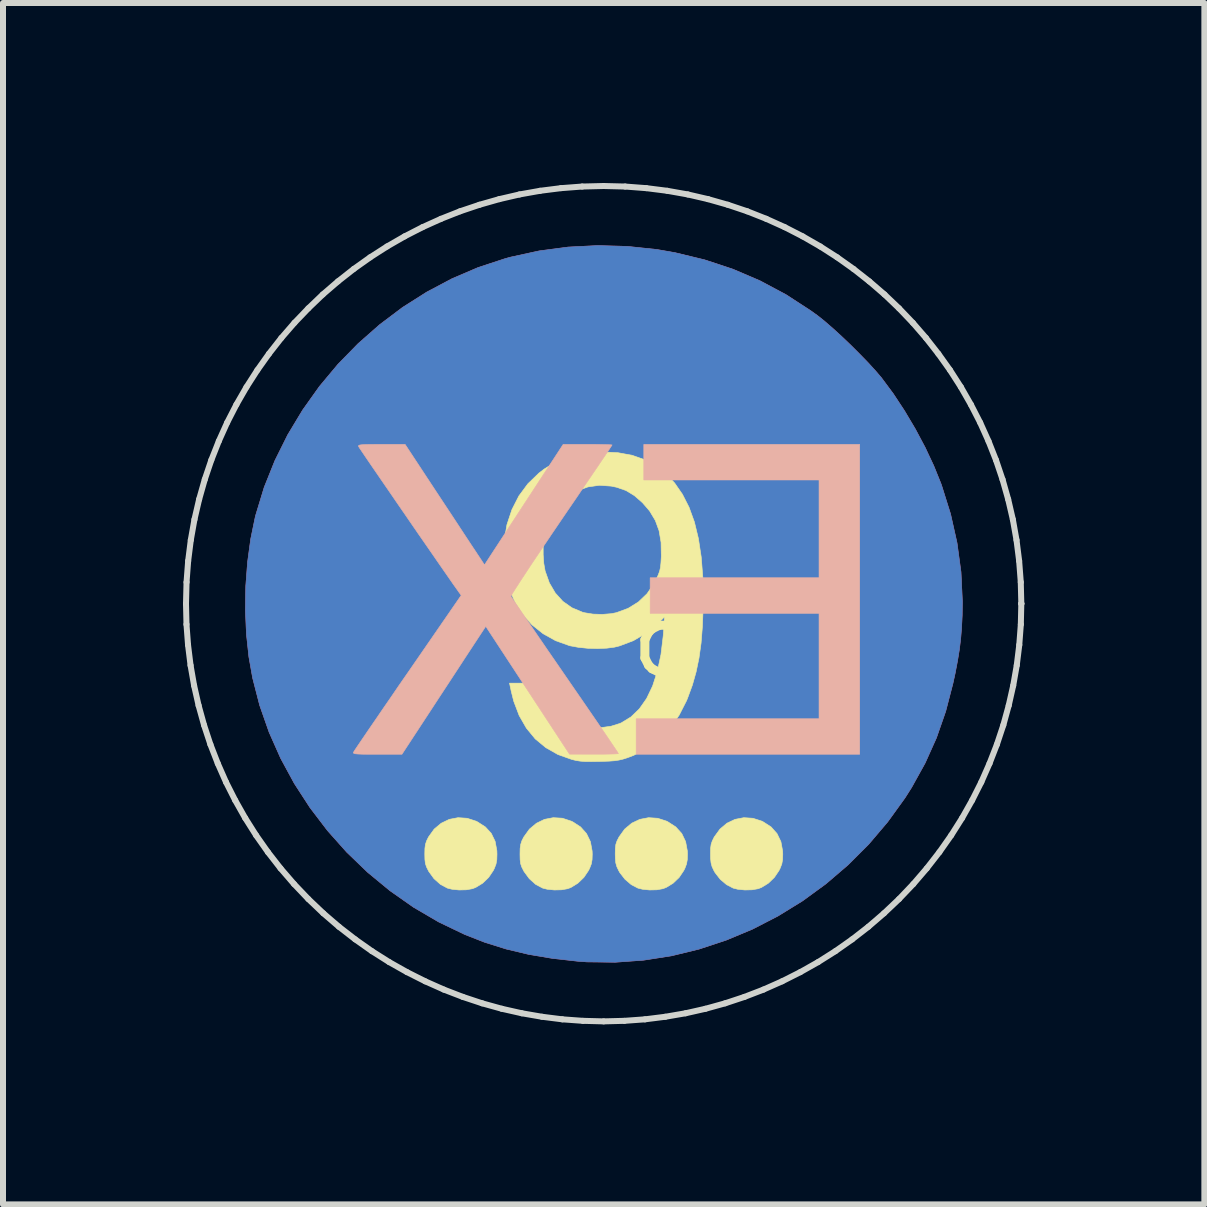
<source format=kicad_pcb>
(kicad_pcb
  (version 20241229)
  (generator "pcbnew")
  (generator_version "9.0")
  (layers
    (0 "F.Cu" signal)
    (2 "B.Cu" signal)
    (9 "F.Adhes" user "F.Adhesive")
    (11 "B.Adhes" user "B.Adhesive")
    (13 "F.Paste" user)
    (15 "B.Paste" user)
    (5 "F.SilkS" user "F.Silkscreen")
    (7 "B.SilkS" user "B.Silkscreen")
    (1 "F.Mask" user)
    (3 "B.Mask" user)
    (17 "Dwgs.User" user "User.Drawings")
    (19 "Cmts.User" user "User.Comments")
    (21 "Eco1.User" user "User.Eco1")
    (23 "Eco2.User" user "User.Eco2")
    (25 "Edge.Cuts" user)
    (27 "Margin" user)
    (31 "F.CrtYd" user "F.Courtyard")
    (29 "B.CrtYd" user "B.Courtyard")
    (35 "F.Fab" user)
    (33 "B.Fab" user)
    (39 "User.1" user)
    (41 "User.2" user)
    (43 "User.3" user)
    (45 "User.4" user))
  (footprint "9"
    (layer "F.Cu")
    (at 8.061 8.061)
    (property "Reference" "9" (at 0 0 0) (layer "F.SilkS") (effects (font (size 1.27 1.27) (thickness 0.15))))
    (attr through_hole)
    (fp_poly (pts (xy -0.654 -7.004) (xy -0.162 -6.952) (xy 0.141 -6.899) (xy 0.632 -6.78) (xy 1.104 -6.624) (xy 1.555 -6.431) (xy 1.988 -6.2) (xy 2.402 -5.931) (xy 2.517 -5.848) (xy 2.632 -5.756) (xy 2.767 -5.639) (xy 2.914 -5.505) (xy 3.067 -5.359) (xy 3.217 -5.209) (xy 3.358 -5.064) (xy 3.482 -4.928) (xy 3.582 -4.811) (xy 3.586 -4.805) (xy 3.776 -4.549) (xy 3.963 -4.265) (xy 4.143 -3.962) (xy 4.308 -3.652) (xy 4.452 -3.345) (xy 4.57 -3.053) (xy 4.58 -3.026) (xy 4.731 -2.544) (xy 4.839 -2.062) (xy 4.905 -1.577) (xy 4.928 -1.09) (xy 4.925 -0.857) (xy 4.915 -0.654) (xy 4.9 -0.468) (xy 4.878 -0.286) (xy 4.847 -0.096) (xy 4.807 0.113) (xy 4.771 0.278) (xy 4.65 0.744) (xy 4.496 1.186) (xy 4.307 1.607) (xy 4.082 2.013) (xy 3.971 2.188) (xy 3.683 2.587) (xy 3.366 2.96) (xy 3.022 3.304) (xy 2.654 3.619) (xy 2.265 3.903) (xy 1.856 4.155) (xy 1.431 4.374) (xy 0.991 4.558) (xy 0.54 4.707) (xy 0.08 4.819) (xy -0.387 4.892) (xy -0.858 4.926) (xy -1.331 4.92) (xy -1.482 4.909) (xy -1.908 4.861) (xy -2.303 4.794) (xy -2.676 4.705) (xy -3.033 4.593) (xy -3.365 4.463) (xy -3.8 4.254) (xy -4.217 4.01) (xy -4.612 3.733) (xy -4.984 3.426) (xy -5.331 3.092) (xy -5.651 2.733) (xy -5.943 2.35) (xy -6.204 1.948) (xy -6.432 1.528) (xy -6.625 1.093) (xy -6.782 0.645) (xy -6.9 0.187) (xy -6.962 -0.162) (xy -7.003 -0.543) (xy -7.02 -0.94) (xy -7.014 -1.343) (xy -6.984 -1.742) (xy -6.932 -2.126) (xy -6.858 -2.485) (xy -6.847 -2.529) (xy -6.707 -2.989) (xy -6.528 -3.435) (xy -6.314 -3.865) (xy -6.066 -4.277) (xy -5.787 -4.669) (xy -5.479 -5.038) (xy -5.143 -5.382) (xy -4.783 -5.699) (xy -4.401 -5.987) (xy -3.997 -6.243) (xy -3.576 -6.466) (xy -3.139 -6.653) (xy -2.688 -6.801) (xy -2.596 -6.826) (xy -2.124 -6.929) (xy -1.64 -6.993) (xy -1.148 -7.018) (xy -0.654 -7.004)) (stroke (width 0.01) (type solid)) (fill yes) (layer "F.Cu"))
    (fp_poly (pts (xy -0.654 -7.004) (xy -0.162 -6.952) (xy 0.141 -6.899) (xy 0.632 -6.78) (xy 1.104 -6.624) (xy 1.555 -6.431) (xy 1.988 -6.2) (xy 2.402 -5.931) (xy 2.517 -5.848) (xy 2.632 -5.756) (xy 2.767 -5.639) (xy 2.914 -5.505) (xy 3.067 -5.359) (xy 3.217 -5.209) (xy 3.358 -5.064) (xy 3.482 -4.928) (xy 3.582 -4.811) (xy 3.586 -4.805) (xy 3.776 -4.549) (xy 3.963 -4.265) (xy 4.143 -3.962) (xy 4.308 -3.652) (xy 4.452 -3.345) (xy 4.57 -3.053) (xy 4.58 -3.026) (xy 4.731 -2.544) (xy 4.839 -2.062) (xy 4.905 -1.577) (xy 4.928 -1.09) (xy 4.925 -0.857) (xy 4.915 -0.654) (xy 4.9 -0.468) (xy 4.878 -0.286) (xy 4.847 -0.096) (xy 4.807 0.113) (xy 4.771 0.278) (xy 4.65 0.744) (xy 4.496 1.186) (xy 4.307 1.607) (xy 4.082 2.013) (xy 3.971 2.188) (xy 3.683 2.587) (xy 3.366 2.96) (xy 3.022 3.304) (xy 2.654 3.619) (xy 2.265 3.903) (xy 1.856 4.155) (xy 1.431 4.374) (xy 0.991 4.558) (xy 0.54 4.707) (xy 0.08 4.819) (xy -0.387 4.892) (xy -0.858 4.926) (xy -1.331 4.92) (xy -1.482 4.909) (xy -1.908 4.861) (xy -2.303 4.794) (xy -2.676 4.705) (xy -3.033 4.593) (xy -3.365 4.463) (xy -3.8 4.254) (xy -4.217 4.01) (xy -4.612 3.733) (xy -4.984 3.426) (xy -5.331 3.092) (xy -5.651 2.733) (xy -5.943 2.35) (xy -6.204 1.948) (xy -6.432 1.528) (xy -6.625 1.093) (xy -6.782 0.645) (xy -6.9 0.187) (xy -6.962 -0.162) (xy -7.003 -0.543) (xy -7.02 -0.94) (xy -7.014 -1.343) (xy -6.984 -1.742) (xy -6.932 -2.126) (xy -6.858 -2.485) (xy -6.847 -2.529) (xy -6.707 -2.989) (xy -6.528 -3.435) (xy -6.314 -3.865) (xy -6.066 -4.277) (xy -5.787 -4.669) (xy -5.479 -5.038) (xy -5.143 -5.382) (xy -4.783 -5.699) (xy -4.401 -5.987) (xy -3.997 -6.243) (xy -3.576 -6.466) (xy -3.139 -6.653) (xy -2.688 -6.801) (xy -2.596 -6.826) (xy -2.124 -6.929) (xy -1.64 -6.993) (xy -1.148 -7.018) (xy -0.654 -7.004)) (stroke (width 0.01) (type solid)) (fill yes) (layer "B.Cu"))
    (fp_poly (pts (xy -3.325 2.527) (xy -3.174 2.576) (xy -3.158 2.584) (xy -3.022 2.671) (xy -2.923 2.779) (xy -2.859 2.911) (xy -2.83 3.066) (xy -2.828 3.125) (xy -2.831 3.218) (xy -2.844 3.29) (xy -2.872 3.363) (xy -2.89 3.399) (xy -2.967 3.513) (xy -3.068 3.61) (xy -3.183 3.68) (xy -3.238 3.701) (xy -3.339 3.719) (xy -3.46 3.722) (xy -3.577 3.71) (xy -3.654 3.691) (xy -3.77 3.629) (xy -3.877 3.534) (xy -3.964 3.414) (xy -3.969 3.405) (xy -4.002 3.339) (xy -4.021 3.281) (xy -4.029 3.214) (xy -4.031 3.122) (xy -4.029 3.029) (xy -4.02 2.962) (xy -4.001 2.904) (xy -3.969 2.839) (xy -3.875 2.708) (xy -3.758 2.61) (xy -3.623 2.545) (xy -3.477 2.517) (xy -3.325 2.527)) (stroke (width 0.01) (type solid)) (fill yes) (layer "F.SilkS"))
    (fp_poly (pts (xy -1.738 2.526) (xy -1.587 2.576) (xy -1.57 2.584) (xy -1.435 2.671) (xy -1.336 2.782) (xy -1.271 2.916) (xy -1.242 3.073) (xy -1.24 3.125) (xy -1.243 3.217) (xy -1.256 3.289) (xy -1.284 3.361) (xy -1.303 3.399) (xy -1.38 3.513) (xy -1.481 3.61) (xy -1.595 3.68) (xy -1.65 3.701) (xy -1.752 3.719) (xy -1.872 3.722) (xy -1.99 3.71) (xy -2.066 3.691) (xy -2.183 3.629) (xy -2.289 3.534) (xy -2.377 3.414) (xy -2.382 3.405) (xy -2.415 3.34) (xy -2.434 3.283) (xy -2.442 3.217) (xy -2.444 3.126) (xy -2.444 3.122) (xy -2.442 3.029) (xy -2.432 2.961) (xy -2.413 2.902) (xy -2.381 2.839) (xy -2.287 2.708) (xy -2.17 2.61) (xy -2.036 2.545) (xy -1.89 2.517) (xy -1.738 2.526)) (stroke (width 0.01) (type solid)) (fill yes) (layer "F.SilkS"))
    (fp_poly (pts (xy -0.149 2.527) (xy 0.002 2.576) (xy 0.017 2.584) (xy 0.152 2.671) (xy 0.252 2.782) (xy 0.316 2.916) (xy 0.345 3.073) (xy 0.347 3.125) (xy 0.344 3.217) (xy 0.331 3.289) (xy 0.304 3.361) (xy 0.285 3.399) (xy 0.208 3.513) (xy 0.107 3.61) (xy -0.008 3.68) (xy -0.063 3.701) (xy -0.164 3.719) (xy -0.285 3.722) (xy -0.402 3.71) (xy -0.479 3.691) (xy -0.59 3.633) (xy -0.694 3.544) (xy -0.779 3.435) (xy -0.799 3.4) (xy -0.83 3.334) (xy -0.848 3.271) (xy -0.855 3.196) (xy -0.857 3.122) (xy -0.855 3.03) (xy -0.847 2.963) (xy -0.828 2.906) (xy -0.795 2.841) (xy -0.794 2.839) (xy -0.7 2.708) (xy -0.582 2.609) (xy -0.447 2.545) (xy -0.301 2.517) (xy -0.149 2.527)) (stroke (width 0.01) (type solid)) (fill yes) (layer "F.SilkS"))
    (fp_poly (pts (xy 1.438 2.527) (xy 1.59 2.576) (xy 1.605 2.584) (xy 1.74 2.671) (xy 1.839 2.782) (xy 1.904 2.916) (xy 1.933 3.073) (xy 1.935 3.125) (xy 1.932 3.217) (xy 1.919 3.289) (xy 1.891 3.361) (xy 1.872 3.399) (xy 1.795 3.513) (xy 1.694 3.61) (xy 1.58 3.68) (xy 1.525 3.701) (xy 1.423 3.719) (xy 1.303 3.722) (xy 1.185 3.71) (xy 1.109 3.691) (xy 0.998 3.633) (xy 0.893 3.544) (xy 0.808 3.435) (xy 0.788 3.4) (xy 0.757 3.334) (xy 0.74 3.271) (xy 0.732 3.196) (xy 0.731 3.122) (xy 0.732 3.03) (xy 0.741 2.963) (xy 0.76 2.906) (xy 0.792 2.841) (xy 0.793 2.839) (xy 0.888 2.708) (xy 1.005 2.609) (xy 1.14 2.545) (xy 1.286 2.517) (xy 1.438 2.527)) (stroke (width 0.01) (type solid)) (fill yes) (layer "F.SilkS"))
    (fp_poly (pts (xy -0.812 -3.566) (xy -0.573 -3.522) (xy -0.358 -3.446) (xy -0.165 -3.337) (xy -0.023 -3.224) (xy 0.132 -3.062) (xy 0.263 -2.873) (xy 0.373 -2.657) (xy 0.462 -2.412) (xy 0.529 -2.136) (xy 0.576 -1.827) (xy 0.603 -1.484) (xy 0.61 -1.106) (xy 0.608 -0.984) (xy 0.596 -0.673) (xy 0.574 -0.395) (xy 0.539 -0.144) (xy 0.491 0.087) (xy 0.429 0.306) (xy 0.35 0.521) (xy 0.331 0.568) (xy 0.208 0.809) (xy 0.056 1.023) (xy -0.123 1.207) (xy -0.325 1.36) (xy -0.549 1.478) (xy -0.654 1.518) (xy -0.727 1.541) (xy -0.795 1.557) (xy -0.869 1.568) (xy -0.961 1.575) (xy -1.082 1.579) (xy -1.122 1.58) (xy -1.255 1.582) (xy -1.357 1.581) (xy -1.438 1.575) (xy -1.509 1.564) (xy -1.582 1.546) (xy -1.583 1.546) (xy -1.813 1.464) (xy -2.015 1.349) (xy -2.191 1.203) (xy -2.338 1.024) (xy -2.458 0.815) (xy -2.549 0.575) (xy -2.591 0.407) (xy -2.619 0.275) (xy -1.977 0.275) (xy -1.938 0.405) (xy -1.871 0.567) (xy -1.774 0.715) (xy -1.655 0.839) (xy -1.52 0.934) (xy -1.403 0.985) (xy -1.256 1.013) (xy -1.092 1.016) (xy -0.927 0.993) (xy -0.777 0.946) (xy -0.755 0.936) (xy -0.595 0.838) (xy -0.455 0.703) (xy -0.334 0.531) (xy -0.234 0.322) (xy -0.155 0.078) (xy -0.095 -0.201) (xy -0.057 -0.515) (xy -0.05 -0.609) (xy -0.036 -0.829) (xy -0.146 -0.722) (xy -0.342 -0.558) (xy -0.555 -0.433) (xy -0.782 -0.347) (xy -0.87 -0.325) (xy -0.998 -0.308) (xy -1.151 -0.302) (xy -1.313 -0.306) (xy -1.47 -0.322) (xy -1.606 -0.347) (xy -1.619 -0.35) (xy -1.851 -0.433) (xy -2.059 -0.549) (xy -2.243 -0.696) (xy -2.399 -0.871) (xy -2.526 -1.071) (xy -2.623 -1.293) (xy -2.687 -1.534) (xy -2.717 -1.792) (xy -2.716 -1.867) (xy -2.058 -1.867) (xy -2.048 -1.722) (xy -2.026 -1.597) (xy -2.025 -1.593) (xy -1.955 -1.396) (xy -1.856 -1.227) (xy -1.73 -1.088) (xy -1.578 -0.981) (xy -1.404 -0.908) (xy -1.365 -0.898) (xy -1.228 -0.876) (xy -1.073 -0.871) (xy -0.922 -0.883) (xy -0.837 -0.9) (xy -0.642 -0.972) (xy -0.471 -1.078) (xy -0.326 -1.217) (xy -0.209 -1.388) (xy -0.175 -1.453) (xy -0.14 -1.529) (xy -0.117 -1.592) (xy -0.103 -1.654) (xy -0.095 -1.73) (xy -0.089 -1.833) (xy -0.089 -1.851) (xy -0.093 -2.071) (xy -0.126 -2.265) (xy -0.189 -2.437) (xy -0.284 -2.595) (xy -0.402 -2.732) (xy -0.538 -2.851) (xy -0.678 -2.936) (xy -0.834 -2.99) (xy -0.924 -3.009) (xy -1.122 -3.023) (xy -1.311 -2.996) (xy -1.488 -2.933) (xy -1.648 -2.836) (xy -1.789 -2.706) (xy -1.905 -2.547) (xy -1.995 -2.361) (xy -2.023 -2.275) (xy -2.046 -2.16) (xy -2.058 -2.018) (xy -2.058 -1.867) (xy -2.716 -1.867) (xy -2.711 -2.063) (xy -2.708 -2.094) (xy -2.662 -2.367) (xy -2.579 -2.617) (xy -2.463 -2.845) (xy -2.313 -3.048) (xy -2.13 -3.225) (xy -2.043 -3.292) (xy -1.853 -3.41) (xy -1.658 -3.495) (xy -1.447 -3.55) (xy -1.215 -3.577) (xy -1.079 -3.58) (xy -0.812 -3.566)) (stroke (width 0.01) (type solid)) (fill yes) (layer "F.SilkS"))
    (fp_poly (pts (xy 3.217 1.46) (xy -0.508 1.46) (xy -0.508 0.868) (xy 2.54 0.868) (xy 2.54 -0.889) (xy -0.275 -0.889) (xy -0.275 -1.482) (xy 2.54 -1.482) (xy 2.54 -3.111) (xy -0.381 -3.111) (xy -0.381 -3.704) (xy 3.217 -3.704) (xy 3.217 1.46)) (stroke (width 0.01) (type solid)) (fill yes) (layer "B.SilkS"))
    (fp_poly (pts (xy -3.882 -2.979) (xy -3.77 -2.809) (xy -3.657 -2.638) (xy -3.548 -2.473) (xy -3.447 -2.319) (xy -3.357 -2.182) (xy -3.282 -2.068) (xy -3.226 -1.983) (xy -3.22 -1.975) (xy -3.036 -1.696) (xy -2.381 -2.7) (xy -1.725 -3.704) (xy -1.318 -3.704) (xy -1.192 -3.704) (xy -1.081 -3.702) (xy -0.993 -3.7) (xy -0.934 -3.698) (xy -0.91 -3.695) (xy -0.91 -3.695) (xy -0.922 -3.676) (xy -0.955 -3.626) (xy -1.009 -3.545) (xy -1.081 -3.439) (xy -1.169 -3.308) (xy -1.272 -3.157) (xy -1.387 -2.988) (xy -1.512 -2.803) (xy -1.647 -2.606) (xy -1.758 -2.443) (xy -1.898 -2.237) (xy -2.03 -2.041) (xy -2.153 -1.858) (xy -2.265 -1.691) (xy -2.363 -1.542) (xy -2.447 -1.414) (xy -2.514 -1.31) (xy -2.562 -1.234) (xy -2.589 -1.187) (xy -2.595 -1.173) (xy -2.582 -1.152) (xy -2.546 -1.098) (xy -2.49 -1.015) (xy -2.416 -0.906) (xy -2.325 -0.774) (xy -2.22 -0.62) (xy -2.102 -0.448) (xy -1.974 -0.261) (xy -1.836 -0.061) (xy -1.695 0.144) (xy -1.551 0.353) (xy -1.414 0.552) (xy -1.286 0.738) (xy -1.169 0.908) (xy -1.065 1.06) (xy -0.976 1.191) (xy -0.904 1.298) (xy -0.85 1.378) (xy -0.816 1.429) (xy -0.804 1.448) (xy -0.824 1.452) (xy -0.88 1.455) (xy -0.966 1.457) (xy -1.074 1.459) (xy -1.199 1.459) (xy -1.212 1.459) (xy -1.619 1.458) (xy -2.317 0.393) (xy -3.015 -0.672) (xy -3.281 -0.267) (xy -3.358 -0.15) (xy -3.453 -0.004) (xy -3.561 0.161) (xy -3.677 0.338) (xy -3.796 0.519) (xy -3.912 0.697) (xy -3.979 0.799) (xy -4.412 1.46) (xy -4.822 1.46) (xy -4.965 1.46) (xy -5.07 1.459) (xy -5.143 1.456) (xy -5.189 1.452) (xy -5.214 1.445) (xy -5.222 1.435) (xy -5.22 1.429) (xy -5.207 1.406) (xy -5.171 1.352) (xy -5.115 1.269) (xy -5.04 1.159) (xy -4.949 1.025) (xy -4.843 0.871) (xy -4.725 0.698) (xy -4.596 0.511) (xy -4.459 0.31) (xy -4.316 0.104) (xy -3.424 -1.189) (xy -3.465 -1.245) (xy -3.498 -1.292) (xy -3.551 -1.366) (xy -3.62 -1.466) (xy -3.705 -1.588) (xy -3.802 -1.728) (xy -3.909 -1.883) (xy -4.024 -2.049) (xy -4.144 -2.222) (xy -4.267 -2.401) (xy -4.39 -2.58) (xy -4.512 -2.757) (xy -4.629 -2.928) (xy -4.74 -3.089) (xy -4.842 -3.238) (xy -4.933 -3.37) (xy -5.009 -3.482) (xy -5.07 -3.572) (xy -5.112 -3.634) (xy -5.133 -3.667) (xy -5.135 -3.67) (xy -5.136 -3.682) (xy -5.124 -3.691) (xy -5.095 -3.697) (xy -5.043 -3.701) (xy -4.963 -3.703) (xy -4.849 -3.704) (xy -4.753 -3.704) (xy -4.359 -3.704) (xy -3.882 -2.979)) (stroke (width 0.01) (type solid)) (fill yes) (layer "B.SilkS"))
    (fp_line (start -8.011 -1.05) (end -8.002 -1.408) (stroke (width 0.1) (type solid)) (layer "Edge.Cuts"))
    (fp_line (start -8.003 -0.705) (end -8.011 -1.05) (stroke (width 0.1) (type solid)) (layer "Edge.Cuts"))
    (fp_line (start -8.002 -1.408) (end -7.975 -1.762) (stroke (width 0.1) (type solid)) (layer "Edge.Cuts"))
    (fp_line (start -7.977 -0.362) (end -8.003 -0.705) (stroke (width 0.1) (type solid)) (layer "Edge.Cuts"))
    (fp_line (start -7.975 -1.762) (end -7.931 -2.11) (stroke (width 0.1) (type solid)) (layer "Edge.Cuts"))
    (fp_line (start -7.935 -0.022) (end -7.977 -0.362) (stroke (width 0.1) (type solid)) (layer "Edge.Cuts"))
    (fp_line (start -7.931 -2.11) (end -7.87 -2.453) (stroke (width 0.1) (type solid)) (layer "Edge.Cuts"))
    (fp_line (start -7.876 0.315) (end -7.935 -0.022) (stroke (width 0.1) (type solid)) (layer "Edge.Cuts"))
    (fp_line (start -7.87 -2.453) (end -7.792 -2.789) (stroke (width 0.1) (type solid)) (layer "Edge.Cuts"))
    (fp_line (start -7.801 0.647) (end -7.876 0.315) (stroke (width 0.1) (type solid)) (layer "Edge.Cuts"))
    (fp_line (start -7.792 -2.789) (end -7.698 -3.12) (stroke (width 0.1) (type solid)) (layer "Edge.Cuts"))
    (fp_line (start -7.71 0.975) (end -7.801 0.647) (stroke (width 0.1) (type solid)) (layer "Edge.Cuts"))
    (fp_line (start -7.698 -3.12) (end -7.589 -3.443) (stroke (width 0.1) (type solid)) (layer "Edge.Cuts"))
    (fp_line (start -7.604 1.297) (end -7.71 0.975) (stroke (width 0.1) (type solid)) (layer "Edge.Cuts"))
    (fp_line (start -7.589 -3.443) (end -7.464 -3.759) (stroke (width 0.1) (type solid)) (layer "Edge.Cuts"))
    (fp_line (start -7.481 1.614) (end -7.604 1.297) (stroke (width 0.1) (type solid)) (layer "Edge.Cuts"))
    (fp_line (start -7.464 -3.759) (end -7.325 -4.068) (stroke (width 0.1) (type solid)) (layer "Edge.Cuts"))
    (fp_line (start -7.344 1.925) (end -7.481 1.614) (stroke (width 0.1) (type solid)) (layer "Edge.Cuts"))
    (fp_line (start -7.325 -4.068) (end -7.171 -4.368) (stroke (width 0.1) (type solid)) (layer "Edge.Cuts"))
    (fp_line (start -7.191 2.228) (end -7.344 1.925) (stroke (width 0.1) (type solid)) (layer "Edge.Cuts"))
    (fp_line (start -7.171 -4.368) (end -7.003 -4.66) (stroke (width 0.1) (type solid)) (layer "Edge.Cuts"))
    (fp_line (start -7.024 2.524) (end -7.191 2.228) (stroke (width 0.1) (type solid)) (layer "Edge.Cuts"))
    (fp_line (start -7.003 -4.66) (end -6.822 -4.942) (stroke (width 0.1) (type solid)) (layer "Edge.Cuts"))
    (fp_line (start -6.842 2.812) (end -7.024 2.524) (stroke (width 0.1) (type solid)) (layer "Edge.Cuts"))
    (fp_line (start -6.822 -4.942) (end -6.628 -5.215) (stroke (width 0.1) (type solid)) (layer "Edge.Cuts"))
    (fp_line (start -6.645 3.092) (end -6.842 2.812) (stroke (width 0.1) (type solid)) (layer "Edge.Cuts"))
    (fp_line (start -6.628 -5.215) (end -6.422 -5.478) (stroke (width 0.1) (type solid)) (layer "Edge.Cuts"))
    (fp_line (start -6.435 3.362) (end -6.645 3.092) (stroke (width 0.1) (type solid)) (layer "Edge.Cuts"))
    (fp_line (start -6.422 -5.478) (end -6.203 -5.731) (stroke (width 0.1) (type solid)) (layer "Edge.Cuts"))
    (fp_line (start -6.21 3.623) (end -6.435 3.362) (stroke (width 0.1) (type solid)) (layer "Edge.Cuts"))
    (fp_line (start -6.203 -5.731) (end -5.972 -5.972) (stroke (width 0.1) (type solid)) (layer "Edge.Cuts"))
    (fp_line (start -5.972 -5.972) (end -5.731 -6.203) (stroke (width 0.1) (type solid)) (layer "Edge.Cuts"))
    (fp_line (start -5.972 3.873) (end -6.21 3.623) (stroke (width 0.1) (type solid)) (layer "Edge.Cuts"))
    (fp_line (start -5.731 -6.203) (end -5.478 -6.421) (stroke (width 0.1) (type solid)) (layer "Edge.Cuts"))
    (fp_line (start -5.722 4.111) (end -5.972 3.873) (stroke (width 0.1) (type solid)) (layer "Edge.Cuts"))
    (fp_line (start -5.478 -6.421) (end -5.215 -6.628) (stroke (width 0.1) (type solid)) (layer "Edge.Cuts"))
    (fp_line (start -5.462 4.335) (end -5.722 4.111) (stroke (width 0.1) (type solid)) (layer "Edge.Cuts"))
    (fp_line (start -5.215 -6.628) (end -4.942 -6.822) (stroke (width 0.1) (type solid)) (layer "Edge.Cuts"))
    (fp_line (start -5.191 4.545) (end -5.462 4.335) (stroke (width 0.1) (type solid)) (layer "Edge.Cuts"))
    (fp_line (start -4.942 -6.822) (end -4.66 -7.003) (stroke (width 0.1) (type solid)) (layer "Edge.Cuts"))
    (fp_line (start -4.912 4.742) (end -5.191 4.545) (stroke (width 0.1) (type solid)) (layer "Edge.Cuts"))
    (fp_line (start -4.66 -7.003) (end -4.368 -7.171) (stroke (width 0.1) (type solid)) (layer "Edge.Cuts"))
    (fp_line (start -4.624 4.924) (end -4.912 4.742) (stroke (width 0.1) (type solid)) (layer "Edge.Cuts"))
    (fp_line (start -4.368 -7.171) (end -4.068 -7.325) (stroke (width 0.1) (type solid)) (layer "Edge.Cuts"))
    (fp_line (start -4.328 5.091) (end -4.624 4.924) (stroke (width 0.1) (type solid)) (layer "Edge.Cuts"))
    (fp_line (start -4.068 -7.325) (end -3.76 -7.464) (stroke (width 0.1) (type solid)) (layer "Edge.Cuts"))
    (fp_line (start -4.024 5.244) (end -4.328 5.091) (stroke (width 0.1) (type solid)) (layer "Edge.Cuts"))
    (fp_line (start -3.76 -7.464) (end -3.444 -7.589) (stroke (width 0.1) (type solid)) (layer "Edge.Cuts"))
    (fp_line (start -3.714 5.382) (end -4.024 5.244) (stroke (width 0.1) (type solid)) (layer "Edge.Cuts"))
    (fp_line (start -3.444 -7.589) (end -3.12 -7.698) (stroke (width 0.1) (type solid)) (layer "Edge.Cuts"))
    (fp_line (start -3.397 5.504) (end -3.714 5.382) (stroke (width 0.1) (type solid)) (layer "Edge.Cuts"))
    (fp_line (start -3.12 -7.698) (end -2.79 -7.792) (stroke (width 0.1) (type solid)) (layer "Edge.Cuts"))
    (fp_line (start -3.075 5.611) (end -3.397 5.504) (stroke (width 0.1) (type solid)) (layer "Edge.Cuts"))
    (fp_line (start -2.79 -7.792) (end -2.453 -7.87) (stroke (width 0.1) (type solid)) (layer "Edge.Cuts"))
    (fp_line (start -2.747 5.702) (end -3.075 5.611) (stroke (width 0.1) (type solid)) (layer "Edge.Cuts"))
    (fp_line (start -2.453 -7.87) (end -2.11 -7.931) (stroke (width 0.1) (type solid)) (layer "Edge.Cuts"))
    (fp_line (start -2.414 5.777) (end -2.747 5.702) (stroke (width 0.1) (type solid)) (layer "Edge.Cuts"))
    (fp_line (start -2.11 -7.931) (end -1.762 -7.975) (stroke (width 0.1) (type solid)) (layer "Edge.Cuts"))
    (fp_line (start -2.078 5.835) (end -2.414 5.777) (stroke (width 0.1) (type solid)) (layer "Edge.Cuts"))
    (fp_line (start -1.762 -7.975) (end -1.408 -8.002) (stroke (width 0.1) (type solid)) (layer "Edge.Cuts"))
    (fp_line (start -1.738 5.878) (end -2.078 5.835) (stroke (width 0.1) (type solid)) (layer "Edge.Cuts"))
    (fp_line (start -1.408 -8.002) (end -1.05 -8.011) (stroke (width 0.1) (type solid)) (layer "Edge.Cuts"))
    (fp_line (start -1.395 5.903) (end -1.738 5.878) (stroke (width 0.1) (type solid)) (layer "Edge.Cuts"))
    (fp_line (start -1.05 -8.011) (end -0.692 -8.002) (stroke (width 0.1) (type solid)) (layer "Edge.Cuts"))
    (fp_line (start -1.05 5.912) (end -1.395 5.903) (stroke (width 0.1) (type solid)) (layer "Edge.Cuts"))
    (fp_line (start -0.705 5.903) (end -1.05 5.912) (stroke (width 0.1) (type solid)) (layer "Edge.Cuts"))
    (fp_line (start -0.692 -8.002) (end -0.338 -7.975) (stroke (width 0.1) (type solid)) (layer "Edge.Cuts"))
    (fp_line (start -0.362 5.878) (end -0.705 5.903) (stroke (width 0.1) (type solid)) (layer "Edge.Cuts"))
    (fp_line (start -0.338 -7.975) (end 0.01 -7.931) (stroke (width 0.1) (type solid)) (layer "Edge.Cuts"))
    (fp_line (start -0.022 5.835) (end -0.362 5.878) (stroke (width 0.1) (type solid)) (layer "Edge.Cuts"))
    (fp_line (start 0.01 -7.931) (end 0.353 -7.87) (stroke (width 0.1) (type solid)) (layer "Edge.Cuts"))
    (fp_line (start 0.315 5.777) (end -0.022 5.835) (stroke (width 0.1) (type solid)) (layer "Edge.Cuts"))
    (fp_line (start 0.353 -7.87) (end 0.69 -7.792) (stroke (width 0.1) (type solid)) (layer "Edge.Cuts"))
    (fp_line (start 0.647 5.702) (end 0.315 5.777) (stroke (width 0.1) (type solid)) (layer "Edge.Cuts"))
    (fp_line (start 0.69 -7.792) (end 1.02 -7.698) (stroke (width 0.1) (type solid)) (layer "Edge.Cuts"))
    (fp_line (start 0.975 5.611) (end 0.647 5.702) (stroke (width 0.1) (type solid)) (layer "Edge.Cuts"))
    (fp_line (start 1.02 -7.698) (end 1.344 -7.589) (stroke (width 0.1) (type solid)) (layer "Edge.Cuts"))
    (fp_line (start 1.297 5.504) (end 0.975 5.611) (stroke (width 0.1) (type solid)) (layer "Edge.Cuts"))
    (fp_line (start 1.344 -7.589) (end 1.66 -7.464) (stroke (width 0.1) (type solid)) (layer "Edge.Cuts"))
    (fp_line (start 1.614 5.382) (end 1.297 5.504) (stroke (width 0.1) (type solid)) (layer "Edge.Cuts"))
    (fp_line (start 1.66 -7.464) (end 1.968 -7.325) (stroke (width 0.1) (type solid)) (layer "Edge.Cuts"))
    (fp_line (start 1.925 5.244) (end 1.614 5.382) (stroke (width 0.1) (type solid)) (layer "Edge.Cuts"))
    (fp_line (start 1.968 -7.325) (end 2.268 -7.171) (stroke (width 0.1) (type solid)) (layer "Edge.Cuts"))
    (fp_line (start 2.228 5.091) (end 1.925 5.244) (stroke (width 0.1) (type solid)) (layer "Edge.Cuts"))
    (fp_line (start 2.268 -7.171) (end 2.56 -7.003) (stroke (width 0.1) (type solid)) (layer "Edge.Cuts"))
    (fp_line (start 2.524 4.924) (end 2.228 5.091) (stroke (width 0.1) (type solid)) (layer "Edge.Cuts"))
    (fp_line (start 2.56 -7.003) (end 2.842 -6.822) (stroke (width 0.1) (type solid)) (layer "Edge.Cuts"))
    (fp_line (start 2.812 4.742) (end 2.524 4.924) (stroke (width 0.1) (type solid)) (layer "Edge.Cuts"))
    (fp_line (start 2.842 -6.822) (end 3.115 -6.628) (stroke (width 0.1) (type solid)) (layer "Edge.Cuts"))
    (fp_line (start 3.092 4.545) (end 2.812 4.742) (stroke (width 0.1) (type solid)) (layer "Edge.Cuts"))
    (fp_line (start 3.115 -6.628) (end 3.378 -6.421) (stroke (width 0.1) (type solid)) (layer "Edge.Cuts"))
    (fp_line (start 3.362 4.335) (end 3.092 4.545) (stroke (width 0.1) (type solid)) (layer "Edge.Cuts"))
    (fp_line (start 3.378 -6.421) (end 3.631 -6.203) (stroke (width 0.1) (type solid)) (layer "Edge.Cuts"))
    (fp_line (start 3.622 4.111) (end 3.362 4.335) (stroke (width 0.1) (type solid)) (layer "Edge.Cuts"))
    (fp_line (start 3.631 -6.203) (end 3.873 -5.972) (stroke (width 0.1) (type solid)) (layer "Edge.Cuts"))
    (fp_line (start 3.873 -5.972) (end 4.103 -5.731) (stroke (width 0.1) (type solid)) (layer "Edge.Cuts"))
    (fp_line (start 3.873 3.873) (end 3.622 4.111) (stroke (width 0.1) (type solid)) (layer "Edge.Cuts"))
    (fp_line (start 4.103 -5.731) (end 4.322 -5.478) (stroke (width 0.1) (type solid)) (layer "Edge.Cuts"))
    (fp_line (start 4.111 3.623) (end 3.873 3.873) (stroke (width 0.1) (type solid)) (layer "Edge.Cuts"))
    (fp_line (start 4.322 -5.478) (end 4.528 -5.215) (stroke (width 0.1) (type solid)) (layer "Edge.Cuts"))
    (fp_line (start 4.335 3.362) (end 4.111 3.623) (stroke (width 0.1) (type solid)) (layer "Edge.Cuts"))
    (fp_line (start 4.528 -5.215) (end 4.723 -4.942) (stroke (width 0.1) (type solid)) (layer "Edge.Cuts"))
    (fp_line (start 4.545 3.092) (end 4.335 3.362) (stroke (width 0.1) (type solid)) (layer "Edge.Cuts"))
    (fp_line (start 4.723 -4.942) (end 4.904 -4.66) (stroke (width 0.1) (type solid)) (layer "Edge.Cuts"))
    (fp_line (start 4.742 2.812) (end 4.545 3.092) (stroke (width 0.1) (type solid)) (layer "Edge.Cuts"))
    (fp_line (start 4.904 -4.66) (end 5.071 -4.368) (stroke (width 0.1) (type solid)) (layer "Edge.Cuts"))
    (fp_line (start 4.924 2.524) (end 4.742 2.812) (stroke (width 0.1) (type solid)) (layer "Edge.Cuts"))
    (fp_line (start 5.071 -4.368) (end 5.225 -4.068) (stroke (width 0.1) (type solid)) (layer "Edge.Cuts"))
    (fp_line (start 5.091 2.228) (end 4.924 2.524) (stroke (width 0.1) (type solid)) (layer "Edge.Cuts"))
    (fp_line (start 5.225 -4.068) (end 5.364 -3.759) (stroke (width 0.1) (type solid)) (layer "Edge.Cuts"))
    (fp_line (start 5.244 1.925) (end 5.091 2.228) (stroke (width 0.1) (type solid)) (layer "Edge.Cuts"))
    (fp_line (start 5.364 -3.759) (end 5.489 -3.443) (stroke (width 0.1) (type solid)) (layer "Edge.Cuts"))
    (fp_line (start 5.381 1.614) (end 5.244 1.925) (stroke (width 0.1) (type solid)) (layer "Edge.Cuts"))
    (fp_line (start 5.489 -3.443) (end 5.598 -3.12) (stroke (width 0.1) (type solid)) (layer "Edge.Cuts"))
    (fp_line (start 5.504 1.297) (end 5.381 1.614) (stroke (width 0.1) (type solid)) (layer "Edge.Cuts"))
    (fp_line (start 5.598 -3.12) (end 5.692 -2.789) (stroke (width 0.1) (type solid)) (layer "Edge.Cuts"))
    (fp_line (start 5.611 0.975) (end 5.504 1.297) (stroke (width 0.1) (type solid)) (layer "Edge.Cuts"))
    (fp_line (start 5.692 -2.789) (end 5.77 -2.453) (stroke (width 0.1) (type solid)) (layer "Edge.Cuts"))
    (fp_line (start 5.701 0.647) (end 5.611 0.975) (stroke (width 0.1) (type solid)) (layer "Edge.Cuts"))
    (fp_line (start 5.77 -2.453) (end 5.831 -2.11) (stroke (width 0.1) (type solid)) (layer "Edge.Cuts"))
    (fp_line (start 5.776 0.315) (end 5.701 0.647) (stroke (width 0.1) (type solid)) (layer "Edge.Cuts"))
    (fp_line (start 5.831 -2.11) (end 5.875 -1.762) (stroke (width 0.1) (type solid)) (layer "Edge.Cuts"))
    (fp_line (start 5.835 -0.022) (end 5.776 0.315) (stroke (width 0.1) (type solid)) (layer "Edge.Cuts"))
    (fp_line (start 5.875 -1.762) (end 5.902 -1.408) (stroke (width 0.1) (type solid)) (layer "Edge.Cuts"))
    (fp_line (start 5.877 -0.362) (end 5.835 -0.022) (stroke (width 0.1) (type solid)) (layer "Edge.Cuts"))
    (fp_line (start 5.902 -1.408) (end 5.911 -1.05) (stroke (width 0.1) (type solid)) (layer "Edge.Cuts"))
    (fp_line (start 5.903 -0.705) (end 5.877 -0.362) (stroke (width 0.1) (type solid)) (layer "Edge.Cuts"))
    (fp_line (start 5.911 -1.05) (end 5.903 -0.705) (stroke (width 0.1) (type solid)) (layer "Edge.Cuts"))
    (fp_line (start 5.911 -1.05) (end 5.911 -1.05) (stroke (width 0.1) (type solid)) (layer "Edge.Cuts"))
    (fp_line (start 5.911 -1.05) (end 5.911 -1.05) (stroke (width 0.1) (type solid)) (layer "Edge.Cuts")))
  (gr_rect
    (start -3 -3)
    (end 17.023 17.023)
    (stroke (width 0.1) (type default))
    (fill no)
    (layer "Edge.Cuts")))
</source>
